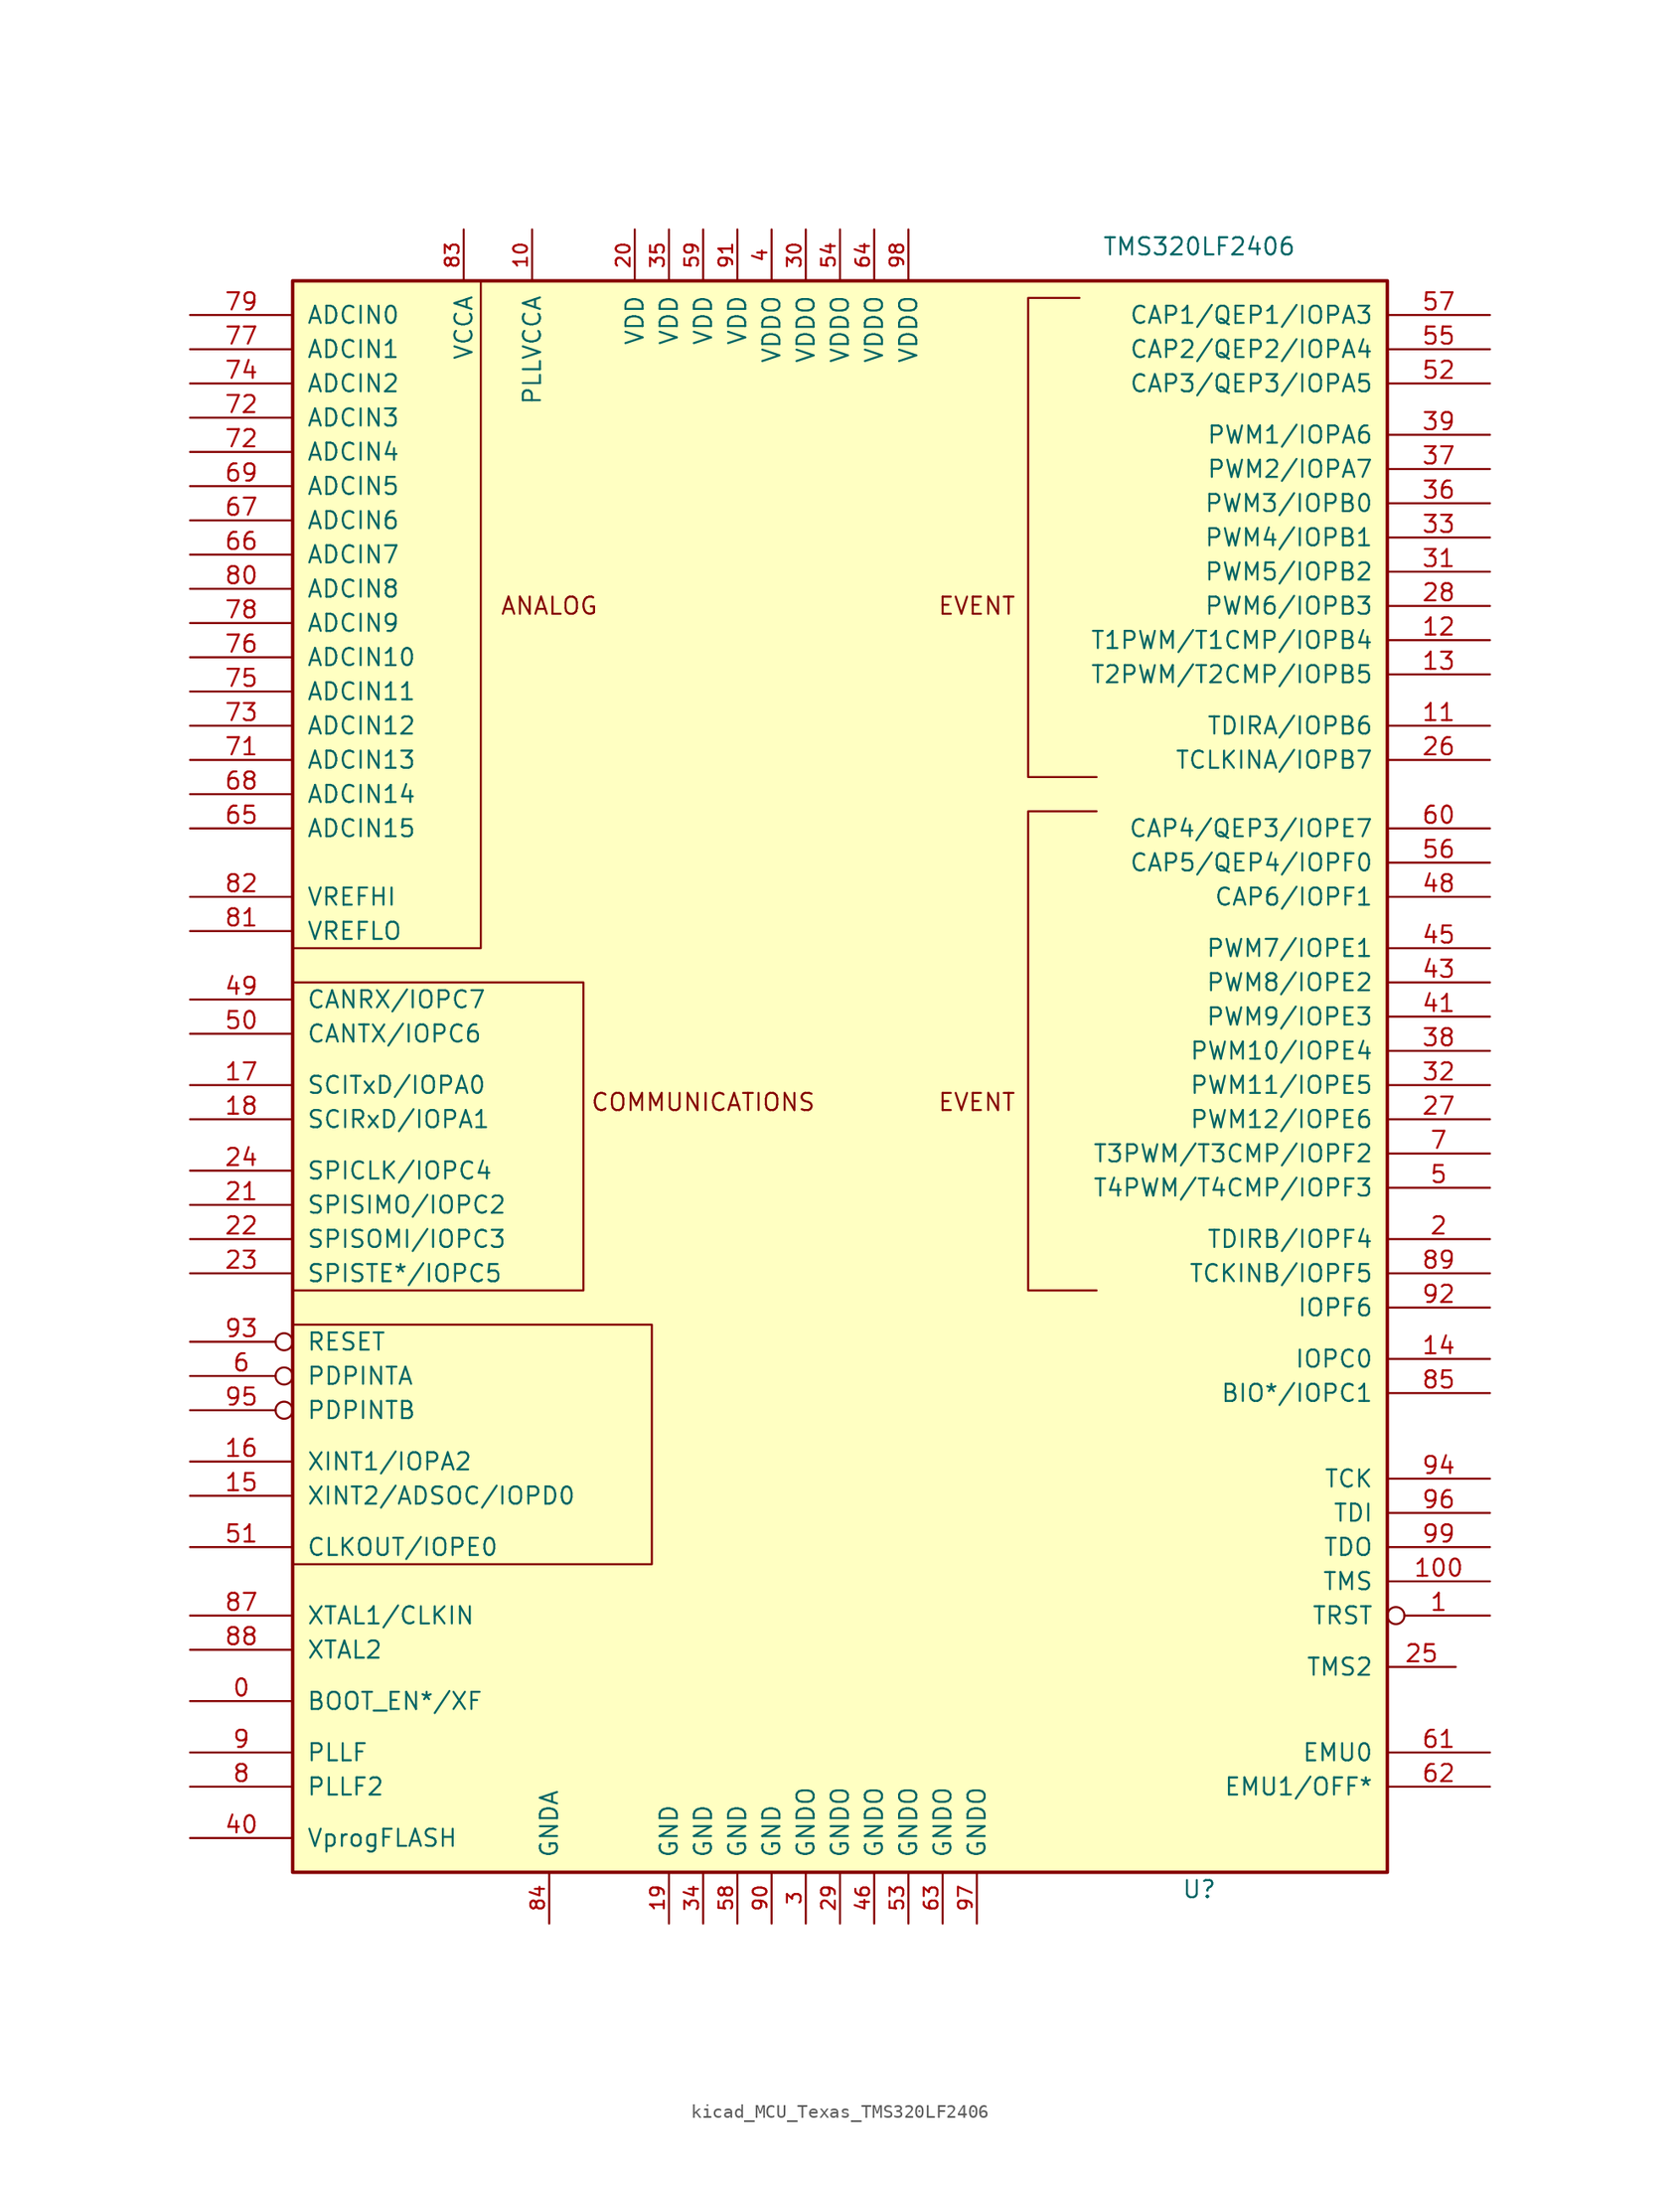
<source format=kicad_sym>
(kicad_symbol_lib
  (version 20220914)
  (generator kicad_symbol_editor)
  (symbol "kicad_MCU_Texas_TMS320LF2406"
    (pin_names
      (offset 1.016))
    (property "Reference" "U"
      (at 26.67 -60.96 0)
      (effects (font (size 1.27 1.27))))
    (property "Value" "TMS320LF2406"
      (at 26.67 60.96 0)
      (effects (font (size 1.27 1.27))))
    (symbol "kicad_MCU_Texas_TMS320LF2406_0_1"
      (rectangle (start -40.64 58.42) (end 40.64 -59.69) (stroke (width 0.254) (type default)) (fill (type background)))
      (polyline (pts (xy -26.67 58.42) (xy -26.67 8.89) (xy -40.64 8.89)) (stroke (width 0) (type default)) (fill (type none)))
      (polyline (pts (xy -40.64 -19.05) (xy -13.97 -19.05) (xy -13.97 -36.83) (xy -40.64 -36.83)) (stroke (width 0) (type default)) (fill (type none)))
      (polyline (pts (xy -40.64 6.35) (xy -19.05 6.35) (xy -19.05 -16.51) (xy -40.64 -16.51)) (stroke (width 0) (type default)) (fill (type none)))
      (polyline (pts (xy 17.78 57.15) (xy 13.97 57.15) (xy 13.97 21.59) (xy 19.05 21.59)) (stroke (width 0) (type default)) (fill (type none)))
      (polyline (pts (xy 19.05 19.05) (xy 13.97 19.05) (xy 13.97 -16.51) (xy 19.05 -16.51)) (stroke (width 0) (type default)) (fill (type none)))
      (text "ANALOG" (at -21.59 34.29 0) (effects (font (size 1.27 1.27))))
      (text "COMMUNICATIONS" (at -10.16 -2.54 0) (effects (font (size 1.27 1.27))))
      (text "EVENT" (at 10.16 -2.54 0) (effects (font (size 1.27 1.27))))
      (text "EVENT" (at 10.16 34.29 0) (effects (font (size 1.27 1.27))))
      (pin input line (at -48.26 53.34 0) (length 7.62) (name "ADCIN1" (effects (font (size 1.27 1.27)))) (number "77" (effects (font (size 1.27 1.27))))))
    (symbol "kicad_MCU_Texas_TMS320LF2406_1_1"
      (pin input line (at -48.26 -46.99 0) (length 7.62) (name "BOOT_EN*/XF" (effects (font (size 1.27 1.27)))) (number "0" (effects (font (size 1.27 1.27)))))
      (pin input inverted (at 48.26 -40.64 180) (length 7.62) (name "TRST" (effects (font (size 1.27 1.27)))) (number "1" (effects (font (size 1.27 1.27)))))
      (pin power_in line (at -22.86 62.23 270) (length 3.81) (name "PLLVCCA" (effects (font (size 1.27 1.27)))) (number "10" (effects (font (size 1.016 1.016)))))
      (pin input line (at 48.26 -38.1 180) (length 7.62) (name "TMS" (effects (font (size 1.27 1.27)))) (number "100" (effects (font (size 1.27 1.27)))))
      (pin bidirectional line (at 48.26 25.4 180) (length 7.62) (name "TDIRA/IOPB6" (effects (font (size 1.27 1.27)))) (number "11" (effects (font (size 1.27 1.27)))))
      (pin bidirectional line (at 48.26 31.75 180) (length 7.62) (name "T1PWM/T1CMP/IOPB4" (effects (font (size 1.27 1.27)))) (number "12" (effects (font (size 1.27 1.27)))))
      (pin bidirectional line (at 48.26 29.21 180) (length 7.62) (name "T2PWM/T2CMP/IOPB5" (effects (font (size 1.27 1.27)))) (number "13" (effects (font (size 1.27 1.27)))))
      (pin bidirectional line (at 48.26 -21.59 180) (length 7.62) (name "IOPC0" (effects (font (size 1.27 1.27)))) (number "14" (effects (font (size 1.27 1.27)))))
      (pin bidirectional line (at -48.26 -31.75 0) (length 7.62) (name "XINT2/ADSOC/IOPD0" (effects (font (size 1.27 1.27)))) (number "15" (effects (font (size 1.27 1.27)))))
      (pin bidirectional line (at -48.26 -29.21 0) (length 7.62) (name "XINT1/IOPA2" (effects (font (size 1.27 1.27)))) (number "16" (effects (font (size 1.27 1.27)))))
      (pin bidirectional line (at -48.26 -1.27 0) (length 7.62) (name "SCITxD/IOPA0" (effects (font (size 1.27 1.27)))) (number "17" (effects (font (size 1.27 1.27)))))
      (pin bidirectional line (at -48.26 -3.81 0) (length 7.62) (name "SCIRxD/IOPA1" (effects (font (size 1.27 1.27)))) (number "18" (effects (font (size 1.27 1.27)))))
      (pin power_in line (at -12.7 -63.5 90) (length 3.81) (name "GND" (effects (font (size 1.27 1.27)))) (number "19" (effects (font (size 1.016 1.016)))))
      (pin bidirectional line (at 48.26 -12.7 180) (length 7.62) (name "TDIRB/IOPF4" (effects (font (size 1.27 1.27)))) (number "2" (effects (font (size 1.27 1.27)))))
      (pin power_in line (at -15.24 62.23 270) (length 3.81) (name "VDD" (effects (font (size 1.27 1.27)))) (number "20" (effects (font (size 1.016 1.016)))))
      (pin bidirectional line (at -48.26 -10.16 0) (length 7.62) (name "SPISIMO/IOPC2" (effects (font (size 1.27 1.27)))) (number "21" (effects (font (size 1.27 1.27)))))
      (pin bidirectional line (at -48.26 -12.7 0) (length 7.62) (name "SPISOMI/IOPC3" (effects (font (size 1.27 1.27)))) (number "22" (effects (font (size 1.27 1.27)))))
      (pin bidirectional line (at -48.26 -15.24 0) (length 7.62) (name "SPISTE*/IOPC5" (effects (font (size 1.27 1.27)))) (number "23" (effects (font (size 1.27 1.27)))))
      (pin bidirectional line (at -48.26 -7.62 0) (length 7.62) (name "SPICLK/IOPC4" (effects (font (size 1.27 1.27)))) (number "24" (effects (font (size 1.27 1.27)))))
      (pin input line (at 45.72 -44.45 180) (length 5.08) (name "TMS2" (effects (font (size 1.27 1.27)))) (number "25" (effects (font (size 1.27 1.27)))))
      (pin bidirectional line (at 48.26 22.86 180) (length 7.62) (name "TCLKINA/IOPB7" (effects (font (size 1.27 1.27)))) (number "26" (effects (font (size 1.27 1.27)))))
      (pin bidirectional line (at 48.26 -3.81 180) (length 7.62) (name "PWM12/IOPE6" (effects (font (size 1.27 1.27)))) (number "27" (effects (font (size 1.27 1.27)))))
      (pin bidirectional line (at 48.26 34.29 180) (length 7.62) (name "PWM6/IOPB3" (effects (font (size 1.27 1.27)))) (number "28" (effects (font (size 1.27 1.27)))))
      (pin power_in line (at 0 -63.5 90) (length 3.81) (name "GNDO" (effects (font (size 1.27 1.27)))) (number "29" (effects (font (size 1.016 1.016)))))
      (pin power_in line (at -2.54 -63.5 90) (length 3.81) (name "GNDO" (effects (font (size 1.27 1.27)))) (number "3" (effects (font (size 1.016 1.016)))))
      (pin power_in line (at -2.54 62.23 270) (length 3.81) (name "VDDO" (effects (font (size 1.27 1.27)))) (number "30" (effects (font (size 1.016 1.016)))))
      (pin bidirectional line (at 48.26 36.83 180) (length 7.62) (name "PWM5/IOPB2" (effects (font (size 1.27 1.27)))) (number "31" (effects (font (size 1.27 1.27)))))
      (pin bidirectional line (at 48.26 -1.27 180) (length 7.62) (name "PWM11/IOPE5" (effects (font (size 1.27 1.27)))) (number "32" (effects (font (size 1.27 1.27)))))
      (pin bidirectional line (at 48.26 39.37 180) (length 7.62) (name "PWM4/IOPB1" (effects (font (size 1.27 1.27)))) (number "33" (effects (font (size 1.27 1.27)))))
      (pin power_in line (at -10.16 -63.5 90) (length 3.81) (name "GND" (effects (font (size 1.27 1.27)))) (number "34" (effects (font (size 1.016 1.016)))))
      (pin power_in line (at -12.7 62.23 270) (length 3.81) (name "VDD" (effects (font (size 1.27 1.27)))) (number "35" (effects (font (size 1.016 1.016)))))
      (pin bidirectional line (at 48.26 41.91 180) (length 7.62) (name "PWM3/IOPB0" (effects (font (size 1.27 1.27)))) (number "36" (effects (font (size 1.27 1.27)))))
      (pin bidirectional line (at 48.26 44.45 180) (length 7.62) (name "PWM2/IOPA7" (effects (font (size 1.27 1.27)))) (number "37" (effects (font (size 1.27 1.27)))))
      (pin bidirectional line (at 48.26 1.27 180) (length 7.62) (name "PWM10/IOPE4" (effects (font (size 1.27 1.27)))) (number "38" (effects (font (size 1.27 1.27)))))
      (pin bidirectional line (at 48.26 46.99 180) (length 7.62) (name "PWM1/IOPA6" (effects (font (size 1.27 1.27)))) (number "39" (effects (font (size 1.27 1.27)))))
      (pin power_in line (at -5.08 62.23 270) (length 3.81) (name "VDDO" (effects (font (size 1.27 1.27)))) (number "4" (effects (font (size 1.016 1.016)))))
      (pin input line (at -48.26 -57.15 0) (length 7.62) (name "VprogFLASH" (effects (font (size 1.27 1.27)))) (number "40" (effects (font (size 1.27 1.27)))))
      (pin bidirectional line (at 48.26 3.81 180) (length 7.62) (name "PWM9/IOPE3" (effects (font (size 1.27 1.27)))) (number "41" (effects (font (size 1.27 1.27)))))
      (pin bidirectional line (at 48.26 6.35 180) (length 7.62) (name "PWM8/IOPE2" (effects (font (size 1.27 1.27)))) (number "43" (effects (font (size 1.27 1.27)))))
      (pin bidirectional line (at 48.26 8.89 180) (length 7.62) (name "PWM7/IOPE1" (effects (font (size 1.27 1.27)))) (number "45" (effects (font (size 1.27 1.27)))))
      (pin power_in line (at 2.54 -63.5 90) (length 3.81) (name "GNDO" (effects (font (size 1.27 1.27)))) (number "46" (effects (font (size 1.016 1.016)))))
      (pin bidirectional line (at 48.26 12.7 180) (length 7.62) (name "CAP6/IOPF1" (effects (font (size 1.27 1.27)))) (number "48" (effects (font (size 1.27 1.27)))))
      (pin bidirectional line (at -48.26 5.08 0) (length 7.62) (name "CANRX/IOPC7" (effects (font (size 1.27 1.27)))) (number "49" (effects (font (size 1.27 1.27)))))
      (pin bidirectional line (at 48.26 -8.89 180) (length 7.62) (name "T4PWM/T4CMP/IOPF3" (effects (font (size 1.27 1.27)))) (number "5" (effects (font (size 1.27 1.27)))))
      (pin bidirectional line (at -48.26 2.54 0) (length 7.62) (name "CANTX/IOPC6" (effects (font (size 1.27 1.27)))) (number "50" (effects (font (size 1.27 1.27)))))
      (pin bidirectional line (at -48.26 -35.56 0) (length 7.62) (name "CLKOUT/IOPE0" (effects (font (size 1.27 1.27)))) (number "51" (effects (font (size 1.27 1.27)))))
      (pin bidirectional line (at 48.26 50.8 180) (length 7.62) (name "CAP3/QEP3/IOPA5" (effects (font (size 1.27 1.27)))) (number "52" (effects (font (size 1.27 1.27)))))
      (pin power_in line (at 5.08 -63.5 90) (length 3.81) (name "GNDO" (effects (font (size 1.27 1.27)))) (number "53" (effects (font (size 1.016 1.016)))))
      (pin power_in line (at 0 62.23 270) (length 3.81) (name "VDDO" (effects (font (size 1.27 1.27)))) (number "54" (effects (font (size 1.016 1.016)))))
      (pin bidirectional line (at 48.26 53.34 180) (length 7.62) (name "CAP2/QEP2/IOPA4" (effects (font (size 1.27 1.27)))) (number "55" (effects (font (size 1.27 1.27)))))
      (pin bidirectional line (at 48.26 15.24 180) (length 7.62) (name "CAP5/QEP4/IOPF0" (effects (font (size 1.27 1.27)))) (number "56" (effects (font (size 1.27 1.27)))))
      (pin bidirectional line (at 48.26 55.88 180) (length 7.62) (name "CAP1/QEP1/IOPA3" (effects (font (size 1.27 1.27)))) (number "57" (effects (font (size 1.27 1.27)))))
      (pin power_in line (at -7.62 -63.5 90) (length 3.81) (name "GND" (effects (font (size 1.27 1.27)))) (number "58" (effects (font (size 1.016 1.016)))))
      (pin power_in line (at -10.16 62.23 270) (length 3.81) (name "VDD" (effects (font (size 1.27 1.27)))) (number "59" (effects (font (size 1.016 1.016)))))
      (pin input inverted (at -48.26 -22.86 0) (length 7.62) (name "PDPINTA" (effects (font (size 1.27 1.27)))) (number "6" (effects (font (size 1.27 1.27)))))
      (pin bidirectional line (at 48.26 17.78 180) (length 7.62) (name "CAP4/QEP3/IOPE7" (effects (font (size 1.27 1.27)))) (number "60" (effects (font (size 1.27 1.27)))))
      (pin bidirectional line (at 48.26 -50.8 180) (length 7.62) (name "EMU0" (effects (font (size 1.27 1.27)))) (number "61" (effects (font (size 1.27 1.27)))))
      (pin bidirectional line (at 48.26 -53.34 180) (length 7.62) (name "EMU1/OFF*" (effects (font (size 1.27 1.27)))) (number "62" (effects (font (size 1.27 1.27)))))
      (pin power_in line (at 7.62 -63.5 90) (length 3.81) (name "GNDO" (effects (font (size 1.27 1.27)))) (number "63" (effects (font (size 1.016 1.016)))))
      (pin power_in line (at 2.54 62.23 270) (length 3.81) (name "VDDO" (effects (font (size 1.27 1.27)))) (number "64" (effects (font (size 1.016 1.016)))))
      (pin input line (at -48.26 17.78 0) (length 7.62) (name "ADCIN15" (effects (font (size 1.27 1.27)))) (number "65" (effects (font (size 1.27 1.27)))))
      (pin input line (at -48.26 38.1 0) (length 7.62) (name "ADCIN7" (effects (font (size 1.27 1.27)))) (number "66" (effects (font (size 1.27 1.27)))))
      (pin input line (at -48.26 40.64 0) (length 7.62) (name "ADCIN6" (effects (font (size 1.27 1.27)))) (number "67" (effects (font (size 1.27 1.27)))))
      (pin input line (at -48.26 20.32 0) (length 7.62) (name "ADCIN14" (effects (font (size 1.27 1.27)))) (number "68" (effects (font (size 1.27 1.27)))))
      (pin input line (at -48.26 43.18 0) (length 7.62) (name "ADCIN5" (effects (font (size 1.27 1.27)))) (number "69" (effects (font (size 1.27 1.27)))))
      (pin bidirectional line (at 48.26 -6.35 180) (length 7.62) (name "T3PWM/T3CMP/IOPF2" (effects (font (size 1.27 1.27)))) (number "7" (effects (font (size 1.27 1.27)))))
      (pin input line (at -48.26 22.86 0) (length 7.62) (name "ADCIN13" (effects (font (size 1.27 1.27)))) (number "71" (effects (font (size 1.27 1.27)))))
      (pin input line (at -48.26 48.26 0) (length 7.62) (name "ADCIN3" (effects (font (size 1.27 1.27)))) (number "72" (effects (font (size 1.27 1.27)))))
      (pin input line (at -48.26 45.72 0) (length 7.62) (name "ADCIN4" (effects (font (size 1.27 1.27)))) (number "72" (effects (font (size 1.27 1.27)))))
      (pin input line (at -48.26 25.4 0) (length 7.62) (name "ADCIN12" (effects (font (size 1.27 1.27)))) (number "73" (effects (font (size 1.27 1.27)))))
      (pin input line (at -48.26 50.8 0) (length 7.62) (name "ADCIN2" (effects (font (size 1.27 1.27)))) (number "74" (effects (font (size 1.27 1.27)))))
      (pin input line (at -48.26 27.94 0) (length 7.62) (name "ADCIN11" (effects (font (size 1.27 1.27)))) (number "75" (effects (font (size 1.27 1.27)))))
      (pin input line (at -48.26 30.48 0) (length 7.62) (name "ADCIN10" (effects (font (size 1.27 1.27)))) (number "76" (effects (font (size 1.27 1.27)))))
      (pin input line (at -48.26 33.02 0) (length 7.62) (name "ADCIN9" (effects (font (size 1.27 1.27)))) (number "78" (effects (font (size 1.27 1.27)))))
      (pin input line (at -48.26 55.88 0) (length 7.62) (name "ADCIN0" (effects (font (size 1.27 1.27)))) (number "79" (effects (font (size 1.27 1.27)))))
      (pin input line (at -48.26 -53.34 0) (length 7.62) (name "PLLF2" (effects (font (size 1.27 1.27)))) (number "8" (effects (font (size 1.27 1.27)))))
      (pin input line (at -48.26 35.56 0) (length 7.62) (name "ADCIN8" (effects (font (size 1.27 1.27)))) (number "80" (effects (font (size 1.27 1.27)))))
      (pin input line (at -48.26 10.16 0) (length 7.62) (name "VREFLO" (effects (font (size 1.27 1.27)))) (number "81" (effects (font (size 1.27 1.27)))))
      (pin input line (at -48.26 12.7 0) (length 7.62) (name "VREFHI" (effects (font (size 1.27 1.27)))) (number "82" (effects (font (size 1.27 1.27)))))
      (pin power_in line (at -27.94 62.23 270) (length 3.81) (name "VCCA" (effects (font (size 1.27 1.27)))) (number "83" (effects (font (size 1.016 1.016)))))
      (pin power_in line (at -21.59 -63.5 90) (length 3.81) (name "GNDA" (effects (font (size 1.27 1.27)))) (number "84" (effects (font (size 1.016 1.016)))))
      (pin bidirectional line (at 48.26 -24.13 180) (length 7.62) (name "BIO*/IOPC1" (effects (font (size 1.27 1.27)))) (number "85" (effects (font (size 1.27 1.27)))))
      (pin input line (at -48.26 -40.64 0) (length 7.62) (name "XTAL1/CLKIN" (effects (font (size 1.27 1.27)))) (number "87" (effects (font (size 1.27 1.27)))))
      (pin output line (at -48.26 -43.18 0) (length 7.62) (name "XTAL2" (effects (font (size 1.27 1.27)))) (number "88" (effects (font (size 1.27 1.27)))))
      (pin bidirectional line (at 48.26 -15.24 180) (length 7.62) (name "TCKINB/IOPF5" (effects (font (size 1.27 1.27)))) (number "89" (effects (font (size 1.27 1.27)))))
      (pin input line (at -48.26 -50.8 0) (length 7.62) (name "PLLF" (effects (font (size 1.27 1.27)))) (number "9" (effects (font (size 1.27 1.27)))))
      (pin power_in line (at -5.08 -63.5 90) (length 3.81) (name "GND" (effects (font (size 1.27 1.27)))) (number "90" (effects (font (size 1.016 1.016)))))
      (pin power_in line (at -7.62 62.23 270) (length 3.81) (name "VDD" (effects (font (size 1.27 1.27)))) (number "91" (effects (font (size 1.016 1.016)))))
      (pin bidirectional line (at 48.26 -17.78 180) (length 7.62) (name "IOPF6" (effects (font (size 1.27 1.27)))) (number "92" (effects (font (size 1.27 1.27)))))
      (pin input inverted (at -48.26 -20.32 0) (length 7.62) (name "RESET" (effects (font (size 1.27 1.27)))) (number "93" (effects (font (size 1.27 1.27)))))
      (pin bidirectional line (at 48.26 -30.48 180) (length 7.62) (name "TCK" (effects (font (size 1.27 1.27)))) (number "94" (effects (font (size 1.27 1.27)))))
      (pin input inverted (at -48.26 -25.4 0) (length 7.62) (name "PDPINTB" (effects (font (size 1.27 1.27)))) (number "95" (effects (font (size 1.27 1.27)))))
      (pin input line (at 48.26 -33.02 180) (length 7.62) (name "TDI" (effects (font (size 1.27 1.27)))) (number "96" (effects (font (size 1.27 1.27)))))
      (pin power_in line (at 10.16 -63.5 90) (length 3.81) (name "GNDO" (effects (font (size 1.27 1.27)))) (number "97" (effects (font (size 1.016 1.016)))))
      (pin power_in line (at 5.08 62.23 270) (length 3.81) (name "VDDO" (effects (font (size 1.27 1.27)))) (number "98" (effects (font (size 1.016 1.016)))))
      (pin output line (at 48.26 -35.56 180) (length 7.62) (name "TDO" (effects (font (size 1.27 1.27)))) (number "99" (effects (font (size 1.27 1.27))))))))
</source>
